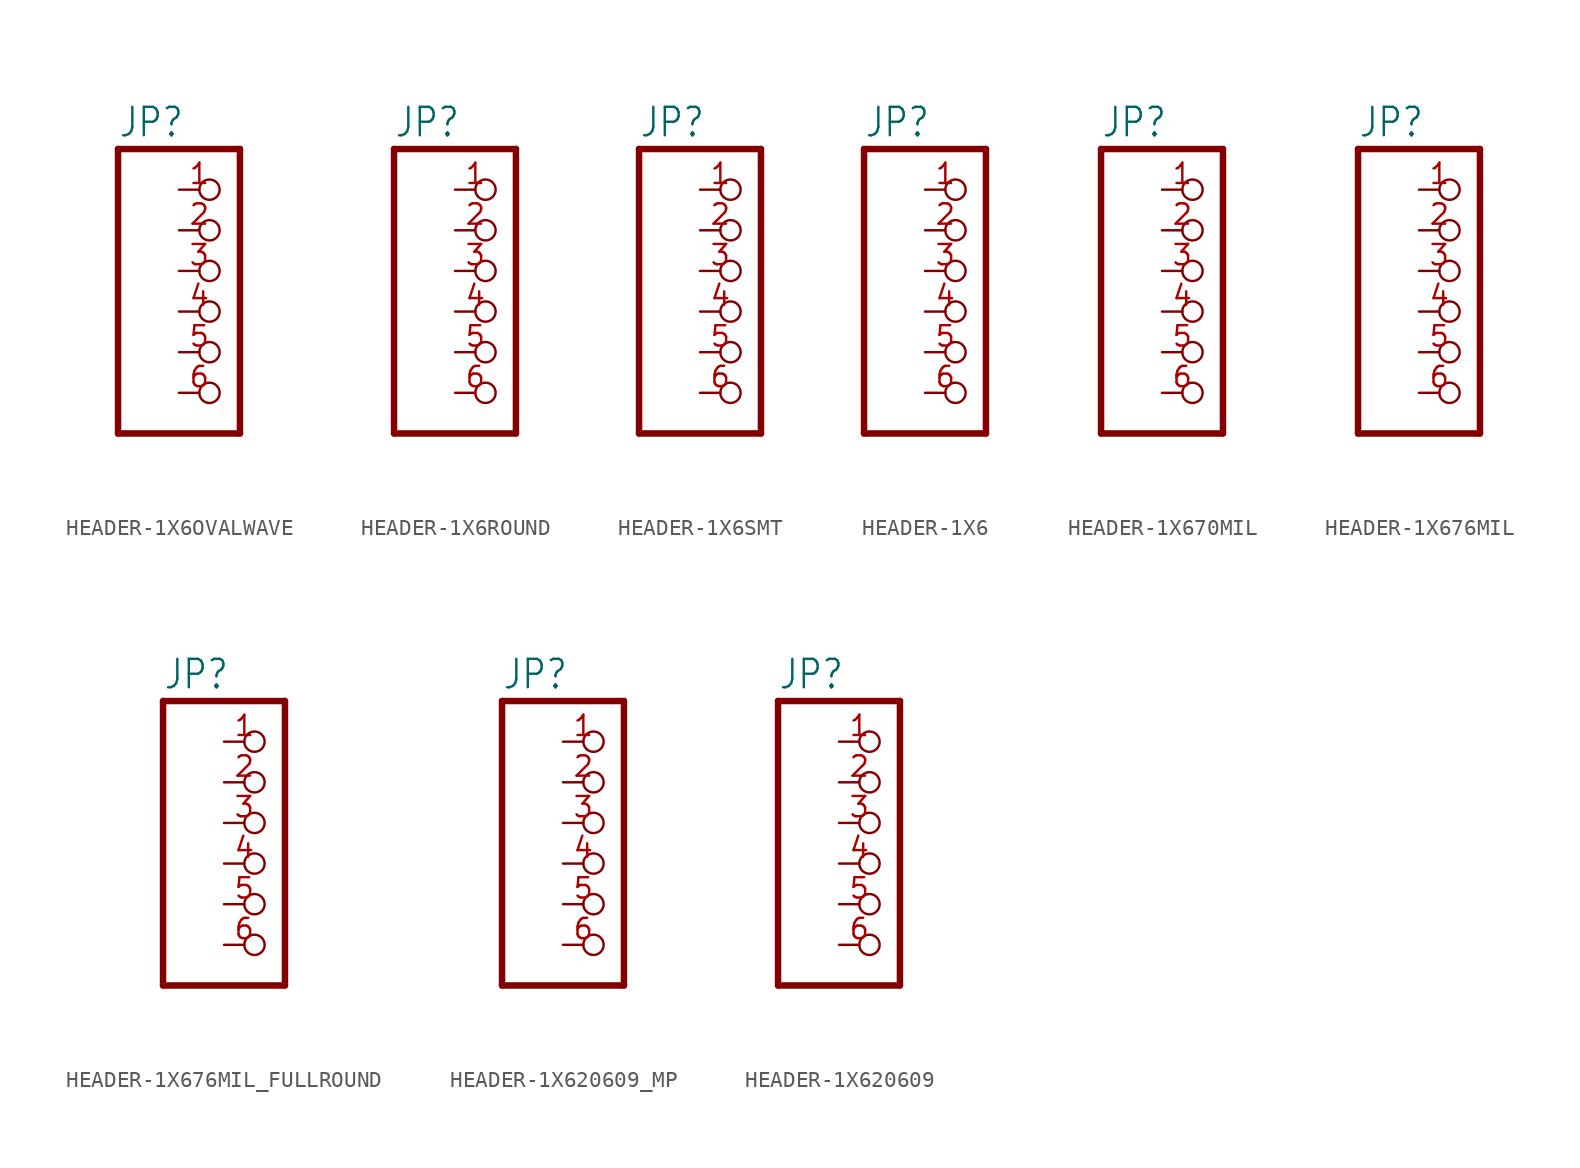
<source format=kicad_sym>
(kicad_symbol_lib
  (version 20220914)
  (generator kicad_symbol_editor)
  (symbol "HEADER-1X6OVALWAVE"
    (property "Reference" "JP"
      (at -6.35 10.795 0)
      (effects (font (size 1.778 1.511)) (justify left bottom)))
    (property "Value" ""
      (at -6.35 -10.16 0)
      (effects (font (size 1.778 1.511)) (justify left bottom)))
    (property "ki_locked" ""
      (at 0 0 0)
      (effects (font (size 1.27 1.27))))
    (symbol "HEADER-1X6OVALWAVE_1_0"
      (polyline (pts (xy -6.35 -7.62) (xy 1.27 -7.62)) (stroke (width 0.406) (type solid)) (fill (type none)))
      (polyline (pts (xy -6.35 10.16) (xy -6.35 -7.62)) (stroke (width 0.406) (type solid)) (fill (type none)))
      (polyline (pts (xy 1.27 -7.62) (xy 1.27 10.16)) (stroke (width 0.406) (type solid)) (fill (type none)))
      (polyline (pts (xy 1.27 10.16) (xy -6.35 10.16)) (stroke (width 0.406) (type solid)) (fill (type none)))
      (pin passive inverted (at -2.54 7.62 0) (length 2.54) (name "1" (effects (font (size 0 0)))) (number "1" (effects (font (size 1.27 1.27)))))
      (pin passive inverted (at -2.54 5.08 0) (length 2.54) (name "2" (effects (font (size 0 0)))) (number "2" (effects (font (size 1.27 1.27)))))
      (pin passive inverted (at -2.54 2.54 0) (length 2.54) (name "3" (effects (font (size 0 0)))) (number "3" (effects (font (size 1.27 1.27)))))
      (pin passive inverted (at -2.54 0 0) (length 2.54) (name "4" (effects (font (size 0 0)))) (number "4" (effects (font (size 1.27 1.27)))))
      (pin passive inverted (at -2.54 -2.54 0) (length 2.54) (name "5" (effects (font (size 0 0)))) (number "5" (effects (font (size 1.27 1.27)))))
      (pin passive inverted (at -2.54 -5.08 0) (length 2.54) (name "6" (effects (font (size 0 0)))) (number "6" (effects (font (size 1.27 1.27)))))))
  (symbol "HEADER-1X6ROUND"
    (property "Reference" "JP"
      (at -6.35 10.795 0)
      (effects (font (size 1.778 1.511)) (justify left bottom)))
    (property "Value" ""
      (at -6.35 -10.16 0)
      (effects (font (size 1.778 1.511)) (justify left bottom)))
    (property "ki_locked" ""
      (at 0 0 0)
      (effects (font (size 1.27 1.27))))
    (symbol "HEADER-1X6ROUND_1_0"
      (polyline (pts (xy -6.35 -7.62) (xy 1.27 -7.62)) (stroke (width 0.406) (type solid)) (fill (type none)))
      (polyline (pts (xy -6.35 10.16) (xy -6.35 -7.62)) (stroke (width 0.406) (type solid)) (fill (type none)))
      (polyline (pts (xy 1.27 -7.62) (xy 1.27 10.16)) (stroke (width 0.406) (type solid)) (fill (type none)))
      (polyline (pts (xy 1.27 10.16) (xy -6.35 10.16)) (stroke (width 0.406) (type solid)) (fill (type none)))
      (pin passive inverted (at -2.54 7.62 0) (length 2.54) (name "1" (effects (font (size 0 0)))) (number "1" (effects (font (size 1.27 1.27)))))
      (pin passive inverted (at -2.54 5.08 0) (length 2.54) (name "2" (effects (font (size 0 0)))) (number "2" (effects (font (size 1.27 1.27)))))
      (pin passive inverted (at -2.54 2.54 0) (length 2.54) (name "3" (effects (font (size 0 0)))) (number "3" (effects (font (size 1.27 1.27)))))
      (pin passive inverted (at -2.54 0 0) (length 2.54) (name "4" (effects (font (size 0 0)))) (number "4" (effects (font (size 1.27 1.27)))))
      (pin passive inverted (at -2.54 -2.54 0) (length 2.54) (name "5" (effects (font (size 0 0)))) (number "5" (effects (font (size 1.27 1.27)))))
      (pin passive inverted (at -2.54 -5.08 0) (length 2.54) (name "6" (effects (font (size 0 0)))) (number "6" (effects (font (size 1.27 1.27)))))))
  (symbol "HEADER-1X6SMT"
    (property "Reference" "JP"
      (at -6.35 10.795 0)
      (effects (font (size 1.778 1.511)) (justify left bottom)))
    (property "Value" ""
      (at -6.35 -10.16 0)
      (effects (font (size 1.778 1.511)) (justify left bottom)))
    (property "ki_locked" ""
      (at 0 0 0)
      (effects (font (size 1.27 1.27))))
    (symbol "HEADER-1X6SMT_1_0"
      (polyline (pts (xy -6.35 -7.62) (xy 1.27 -7.62)) (stroke (width 0.406) (type solid)) (fill (type none)))
      (polyline (pts (xy -6.35 10.16) (xy -6.35 -7.62)) (stroke (width 0.406) (type solid)) (fill (type none)))
      (polyline (pts (xy 1.27 -7.62) (xy 1.27 10.16)) (stroke (width 0.406) (type solid)) (fill (type none)))
      (polyline (pts (xy 1.27 10.16) (xy -6.35 10.16)) (stroke (width 0.406) (type solid)) (fill (type none)))
      (pin passive inverted (at -2.54 7.62 0) (length 2.54) (name "1" (effects (font (size 0 0)))) (number "1" (effects (font (size 1.27 1.27)))))
      (pin passive inverted (at -2.54 5.08 0) (length 2.54) (name "2" (effects (font (size 0 0)))) (number "2" (effects (font (size 1.27 1.27)))))
      (pin passive inverted (at -2.54 2.54 0) (length 2.54) (name "3" (effects (font (size 0 0)))) (number "3" (effects (font (size 1.27 1.27)))))
      (pin passive inverted (at -2.54 0 0) (length 2.54) (name "4" (effects (font (size 0 0)))) (number "4" (effects (font (size 1.27 1.27)))))
      (pin passive inverted (at -2.54 -2.54 0) (length 2.54) (name "5" (effects (font (size 0 0)))) (number "5" (effects (font (size 1.27 1.27)))))
      (pin passive inverted (at -2.54 -5.08 0) (length 2.54) (name "6" (effects (font (size 0 0)))) (number "6" (effects (font (size 1.27 1.27)))))))
  (symbol "HEADER-1X6"
    (property "Reference" "JP"
      (at -6.35 10.795 0)
      (effects (font (size 1.778 1.511)) (justify left bottom)))
    (property "Value" ""
      (at -6.35 -10.16 0)
      (effects (font (size 1.778 1.511)) (justify left bottom)))
    (property "ki_locked" ""
      (at 0 0 0)
      (effects (font (size 1.27 1.27))))
    (symbol "HEADER-1X6_1_0"
      (polyline (pts (xy -6.35 -7.62) (xy 1.27 -7.62)) (stroke (width 0.406) (type solid)) (fill (type none)))
      (polyline (pts (xy -6.35 10.16) (xy -6.35 -7.62)) (stroke (width 0.406) (type solid)) (fill (type none)))
      (polyline (pts (xy 1.27 -7.62) (xy 1.27 10.16)) (stroke (width 0.406) (type solid)) (fill (type none)))
      (polyline (pts (xy 1.27 10.16) (xy -6.35 10.16)) (stroke (width 0.406) (type solid)) (fill (type none)))
      (pin passive inverted (at -2.54 7.62 0) (length 2.54) (name "1" (effects (font (size 0 0)))) (number "1" (effects (font (size 1.27 1.27)))))
      (pin passive inverted (at -2.54 5.08 0) (length 2.54) (name "2" (effects (font (size 0 0)))) (number "2" (effects (font (size 1.27 1.27)))))
      (pin passive inverted (at -2.54 2.54 0) (length 2.54) (name "3" (effects (font (size 0 0)))) (number "3" (effects (font (size 1.27 1.27)))))
      (pin passive inverted (at -2.54 0 0) (length 2.54) (name "4" (effects (font (size 0 0)))) (number "4" (effects (font (size 1.27 1.27)))))
      (pin passive inverted (at -2.54 -2.54 0) (length 2.54) (name "5" (effects (font (size 0 0)))) (number "5" (effects (font (size 1.27 1.27)))))
      (pin passive inverted (at -2.54 -5.08 0) (length 2.54) (name "6" (effects (font (size 0 0)))) (number "6" (effects (font (size 1.27 1.27)))))))
  (symbol "HEADER-1X670MIL"
    (property "Reference" "JP"
      (at -6.35 10.795 0)
      (effects (font (size 1.778 1.511)) (justify left bottom)))
    (property "Value" ""
      (at -6.35 -10.16 0)
      (effects (font (size 1.778 1.511)) (justify left bottom)))
    (property "ki_locked" ""
      (at 0 0 0)
      (effects (font (size 1.27 1.27))))
    (symbol "HEADER-1X670MIL_1_0"
      (polyline (pts (xy -6.35 -7.62) (xy 1.27 -7.62)) (stroke (width 0.406) (type solid)) (fill (type none)))
      (polyline (pts (xy -6.35 10.16) (xy -6.35 -7.62)) (stroke (width 0.406) (type solid)) (fill (type none)))
      (polyline (pts (xy 1.27 -7.62) (xy 1.27 10.16)) (stroke (width 0.406) (type solid)) (fill (type none)))
      (polyline (pts (xy 1.27 10.16) (xy -6.35 10.16)) (stroke (width 0.406) (type solid)) (fill (type none)))
      (pin passive inverted (at -2.54 7.62 0) (length 2.54) (name "1" (effects (font (size 0 0)))) (number "1" (effects (font (size 1.27 1.27)))))
      (pin passive inverted (at -2.54 5.08 0) (length 2.54) (name "2" (effects (font (size 0 0)))) (number "2" (effects (font (size 1.27 1.27)))))
      (pin passive inverted (at -2.54 2.54 0) (length 2.54) (name "3" (effects (font (size 0 0)))) (number "3" (effects (font (size 1.27 1.27)))))
      (pin passive inverted (at -2.54 0 0) (length 2.54) (name "4" (effects (font (size 0 0)))) (number "4" (effects (font (size 1.27 1.27)))))
      (pin passive inverted (at -2.54 -2.54 0) (length 2.54) (name "5" (effects (font (size 0 0)))) (number "5" (effects (font (size 1.27 1.27)))))
      (pin passive inverted (at -2.54 -5.08 0) (length 2.54) (name "6" (effects (font (size 0 0)))) (number "6" (effects (font (size 1.27 1.27)))))))
  (symbol "HEADER-1X676MIL"
    (property "Reference" "JP"
      (at -6.35 10.795 0)
      (effects (font (size 1.778 1.511)) (justify left bottom)))
    (property "Value" ""
      (at -6.35 -10.16 0)
      (effects (font (size 1.778 1.511)) (justify left bottom)))
    (property "ki_locked" ""
      (at 0 0 0)
      (effects (font (size 1.27 1.27))))
    (symbol "HEADER-1X676MIL_1_0"
      (polyline (pts (xy -6.35 -7.62) (xy 1.27 -7.62)) (stroke (width 0.406) (type solid)) (fill (type none)))
      (polyline (pts (xy -6.35 10.16) (xy -6.35 -7.62)) (stroke (width 0.406) (type solid)) (fill (type none)))
      (polyline (pts (xy 1.27 -7.62) (xy 1.27 10.16)) (stroke (width 0.406) (type solid)) (fill (type none)))
      (polyline (pts (xy 1.27 10.16) (xy -6.35 10.16)) (stroke (width 0.406) (type solid)) (fill (type none)))
      (pin passive inverted (at -2.54 7.62 0) (length 2.54) (name "1" (effects (font (size 0 0)))) (number "1" (effects (font (size 1.27 1.27)))))
      (pin passive inverted (at -2.54 5.08 0) (length 2.54) (name "2" (effects (font (size 0 0)))) (number "2" (effects (font (size 1.27 1.27)))))
      (pin passive inverted (at -2.54 2.54 0) (length 2.54) (name "3" (effects (font (size 0 0)))) (number "3" (effects (font (size 1.27 1.27)))))
      (pin passive inverted (at -2.54 0 0) (length 2.54) (name "4" (effects (font (size 0 0)))) (number "4" (effects (font (size 1.27 1.27)))))
      (pin passive inverted (at -2.54 -2.54 0) (length 2.54) (name "5" (effects (font (size 0 0)))) (number "5" (effects (font (size 1.27 1.27)))))
      (pin passive inverted (at -2.54 -5.08 0) (length 2.54) (name "6" (effects (font (size 0 0)))) (number "6" (effects (font (size 1.27 1.27)))))))
  (symbol "HEADER-1X676MIL_FULLROUND"
    (property "Reference" "JP"
      (at -6.35 10.795 0)
      (effects (font (size 1.778 1.511)) (justify left bottom)))
    (property "Value" ""
      (at -6.35 -10.16 0)
      (effects (font (size 1.778 1.511)) (justify left bottom)))
    (property "ki_locked" ""
      (at 0 0 0)
      (effects (font (size 1.27 1.27))))
    (symbol "HEADER-1X676MIL_FULLROUND_1_0"
      (polyline (pts (xy -6.35 -7.62) (xy 1.27 -7.62)) (stroke (width 0.406) (type solid)) (fill (type none)))
      (polyline (pts (xy -6.35 10.16) (xy -6.35 -7.62)) (stroke (width 0.406) (type solid)) (fill (type none)))
      (polyline (pts (xy 1.27 -7.62) (xy 1.27 10.16)) (stroke (width 0.406) (type solid)) (fill (type none)))
      (polyline (pts (xy 1.27 10.16) (xy -6.35 10.16)) (stroke (width 0.406) (type solid)) (fill (type none)))
      (pin passive inverted (at -2.54 7.62 0) (length 2.54) (name "1" (effects (font (size 0 0)))) (number "1" (effects (font (size 1.27 1.27)))))
      (pin passive inverted (at -2.54 5.08 0) (length 2.54) (name "2" (effects (font (size 0 0)))) (number "2" (effects (font (size 1.27 1.27)))))
      (pin passive inverted (at -2.54 2.54 0) (length 2.54) (name "3" (effects (font (size 0 0)))) (number "3" (effects (font (size 1.27 1.27)))))
      (pin passive inverted (at -2.54 0 0) (length 2.54) (name "4" (effects (font (size 0 0)))) (number "4" (effects (font (size 1.27 1.27)))))
      (pin passive inverted (at -2.54 -2.54 0) (length 2.54) (name "5" (effects (font (size 0 0)))) (number "5" (effects (font (size 1.27 1.27)))))
      (pin passive inverted (at -2.54 -5.08 0) (length 2.54) (name "6" (effects (font (size 0 0)))) (number "6" (effects (font (size 1.27 1.27)))))))
  (symbol "HEADER-1X620609_MP"
    (property "Reference" "JP"
      (at -6.35 10.795 0)
      (effects (font (size 1.778 1.511)) (justify left bottom)))
    (property "Value" ""
      (at -6.35 -10.16 0)
      (effects (font (size 1.778 1.511)) (justify left bottom)))
    (property "ki_locked" ""
      (at 0 0 0)
      (effects (font (size 1.27 1.27))))
    (symbol "HEADER-1X620609_MP_1_0"
      (polyline (pts (xy -6.35 -7.62) (xy 1.27 -7.62)) (stroke (width 0.406) (type solid)) (fill (type none)))
      (polyline (pts (xy -6.35 10.16) (xy -6.35 -7.62)) (stroke (width 0.406) (type solid)) (fill (type none)))
      (polyline (pts (xy 1.27 -7.62) (xy 1.27 10.16)) (stroke (width 0.406) (type solid)) (fill (type none)))
      (polyline (pts (xy 1.27 10.16) (xy -6.35 10.16)) (stroke (width 0.406) (type solid)) (fill (type none)))
      (pin passive inverted (at -2.54 7.62 0) (length 2.54) (name "1" (effects (font (size 0 0)))) (number "1" (effects (font (size 1.27 1.27)))))
      (pin passive inverted (at -2.54 5.08 0) (length 2.54) (name "2" (effects (font (size 0 0)))) (number "2" (effects (font (size 1.27 1.27)))))
      (pin passive inverted (at -2.54 2.54 0) (length 2.54) (name "3" (effects (font (size 0 0)))) (number "3" (effects (font (size 1.27 1.27)))))
      (pin passive inverted (at -2.54 0 0) (length 2.54) (name "4" (effects (font (size 0 0)))) (number "4" (effects (font (size 1.27 1.27)))))
      (pin passive inverted (at -2.54 -2.54 0) (length 2.54) (name "5" (effects (font (size 0 0)))) (number "5" (effects (font (size 1.27 1.27)))))
      (pin passive inverted (at -2.54 -5.08 0) (length 2.54) (name "6" (effects (font (size 0 0)))) (number "6" (effects (font (size 1.27 1.27)))))))
  (symbol "HEADER-1X620609"
    (property "Reference" "JP"
      (at -6.35 10.795 0)
      (effects (font (size 1.778 1.511)) (justify left bottom)))
    (property "Value" ""
      (at -6.35 -10.16 0)
      (effects (font (size 1.778 1.511)) (justify left bottom)))
    (property "ki_locked" ""
      (at 0 0 0)
      (effects (font (size 1.27 1.27))))
    (symbol "HEADER-1X620609_1_0"
      (polyline (pts (xy -6.35 -7.62) (xy 1.27 -7.62)) (stroke (width 0.406) (type solid)) (fill (type none)))
      (polyline (pts (xy -6.35 10.16) (xy -6.35 -7.62)) (stroke (width 0.406) (type solid)) (fill (type none)))
      (polyline (pts (xy 1.27 -7.62) (xy 1.27 10.16)) (stroke (width 0.406) (type solid)) (fill (type none)))
      (polyline (pts (xy 1.27 10.16) (xy -6.35 10.16)) (stroke (width 0.406) (type solid)) (fill (type none)))
      (pin passive inverted (at -2.54 7.62 0) (length 2.54) (name "1" (effects (font (size 0 0)))) (number "1" (effects (font (size 1.27 1.27)))))
      (pin passive inverted (at -2.54 5.08 0) (length 2.54) (name "2" (effects (font (size 0 0)))) (number "2" (effects (font (size 1.27 1.27)))))
      (pin passive inverted (at -2.54 2.54 0) (length 2.54) (name "3" (effects (font (size 0 0)))) (number "3" (effects (font (size 1.27 1.27)))))
      (pin passive inverted (at -2.54 0 0) (length 2.54) (name "4" (effects (font (size 0 0)))) (number "4" (effects (font (size 1.27 1.27)))))
      (pin passive inverted (at -2.54 -2.54 0) (length 2.54) (name "5" (effects (font (size 0 0)))) (number "5" (effects (font (size 1.27 1.27)))))
      (pin passive inverted (at -2.54 -5.08 0) (length 2.54) (name "6" (effects (font (size 0 0)))) (number "6" (effects (font (size 1.27 1.27))))))))
</source>
